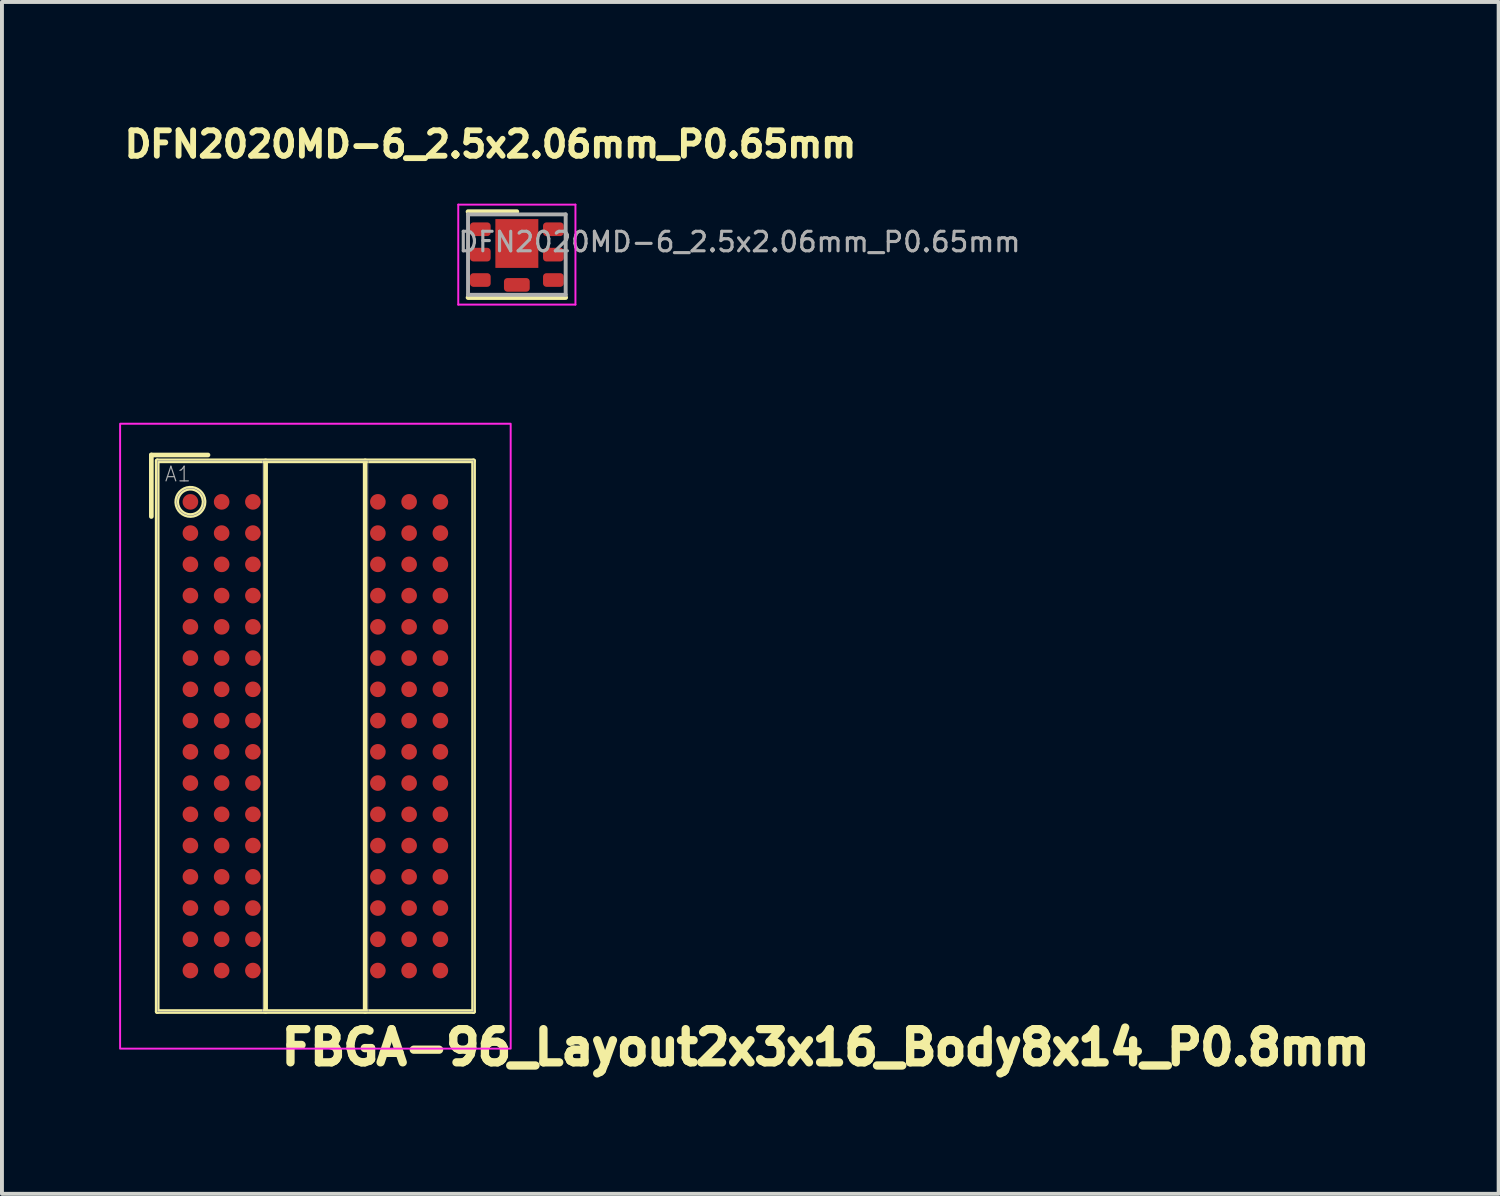
<source format=kicad_pcb>
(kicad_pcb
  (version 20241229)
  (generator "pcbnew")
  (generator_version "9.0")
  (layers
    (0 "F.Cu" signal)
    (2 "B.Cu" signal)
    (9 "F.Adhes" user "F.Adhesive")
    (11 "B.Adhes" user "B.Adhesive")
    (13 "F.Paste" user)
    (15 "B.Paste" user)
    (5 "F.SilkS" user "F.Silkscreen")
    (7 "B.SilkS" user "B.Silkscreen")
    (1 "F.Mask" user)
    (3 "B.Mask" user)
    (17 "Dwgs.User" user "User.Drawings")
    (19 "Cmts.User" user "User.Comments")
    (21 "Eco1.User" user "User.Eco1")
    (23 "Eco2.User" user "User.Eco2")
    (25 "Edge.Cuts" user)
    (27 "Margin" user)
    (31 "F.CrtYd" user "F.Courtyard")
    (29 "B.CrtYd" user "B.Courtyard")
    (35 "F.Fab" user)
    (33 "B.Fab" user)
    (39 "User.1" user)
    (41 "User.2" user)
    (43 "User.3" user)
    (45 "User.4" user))
  (footprint "DFN2020MD-6_2.5x2.06mm_P0.65mm"
    (layer "F.Cu")
    (at 10.183 3.469)
    (property "Reference" "DFN2020MD-6_2.5x2.06mm_P0.65mm" (at -0.675 -2.825 0) (layer "F.SilkS") (effects (font (size 0.65 0.65) (thickness 0.15))))
    (attr smd)
    (fp_line (start -1.25 -1.1) (end 0 -1.1) (stroke (width 0.12) (type solid)) (layer "F.SilkS"))
    (fp_line (start -1.25 1.1) (end 1.25 1.1) (stroke (width 0.12) (type solid)) (layer "F.SilkS"))
    (fp_line (start -1.5 -1.28) (end -1.5 1.28) (stroke (width 0.05) (type solid)) (layer "F.CrtYd"))
    (fp_line (start -1.5 1.28) (end 1.5 1.28) (stroke (width 0.05) (type solid)) (layer "F.CrtYd"))
    (fp_line (start 1.5 -1.28) (end -1.5 -1.28) (stroke (width 0.05) (type solid)) (layer "F.CrtYd"))
    (fp_line (start 1.5 1.28) (end 1.5 -1.28) (stroke (width 0.05) (type solid)) (layer "F.CrtYd"))
    (fp_line (start -1.25 -1.03) (end 1.25 -1.03) (stroke (width 0.1) (type solid)) (layer "F.Fab"))
    (fp_line (start -1.25 1.03) (end -1.25 -1.03) (stroke (width 0.1) (type solid)) (layer "F.Fab"))
    (fp_line (start 1.25 -1.03) (end 1.25 1.03) (stroke (width 0.1) (type solid)) (layer "F.Fab"))
    (fp_line (start 1.25 1.03) (end -1.25 1.03) (stroke (width 0.1) (type solid)) (layer "F.Fab"))
    (fp_text user "${REFERENCE}" (at 5.7 -0.325 0) (layer "F.Fab") (effects (font (size 0.5 0.5) (thickness 0.08))))
    (pad "" smd roundrect (at -0.935 -0.65 180) (size 0.43 0.25) (layers "F.Paste") (roundrect_rratio 0.25))
    (pad "" smd roundrect (at -0.935 0 180) (size 0.43 0.25) (layers "F.Paste") (roundrect_rratio 0.25))
    (pad "" smd roundrect (at -0.935 0.65 180) (size 0.43 0.25) (layers "F.Paste") (roundrect_rratio 0.25))
    (pad "" smd roundrect (at 0 -0.285 180) (size 0.9 1.05) (layers "F.Paste") (roundrect_rratio 0.25))
    (pad "" smd roundrect (at 0 0.775 180) (size 0.56 0.25) (layers "F.Paste") (roundrect_rratio 0.25))
    (pad "" smd roundrect (at 0.935 -0.65 180) (size 0.43 0.25) (layers "F.Paste") (roundrect_rratio 0.25))
    (pad "" smd roundrect (at 0.935 0 180) (size 0.43 0.25) (layers "F.Paste") (roundrect_rratio 0.25))
    (pad "" smd roundrect (at 0.935 0.65 180) (size 0.43 0.25) (layers "F.Paste") (roundrect_rratio 0.25))
    (pad "1" smd roundrect (at -0.935 -0.65 180) (size 0.53 0.35) (layers "F.Cu" "F.Mask") (roundrect_rratio 0.25))
    (pad "2" smd roundrect (at -0.935 0 180) (size 0.53 0.35) (layers "F.Cu" "F.Mask") (roundrect_rratio 0.25))
    (pad "3" smd roundrect (at -0.935 0.65 180) (size 0.53 0.35) (layers "F.Cu" "F.Mask") (roundrect_rratio 0.25))
    (pad "4" smd roundrect (at 0.935 0.65 180) (size 0.53 0.35) (layers "F.Cu" "F.Mask") (roundrect_rratio 0.25))
    (pad "5" smd roundrect (at 0.935 0 180) (size 0.53 0.35) (layers "F.Cu" "F.Mask") (roundrect_rratio 0.25))
    (pad "6" smd roundrect (at 0.935 -0.65 180) (size 0.53 0.35) (layers "F.Cu" "F.Mask") (roundrect_rratio 0.25))
    (pad "7" smd rect (at 0 -0.285 180) (size 1.1 1.25) (layers "F.Cu" "F.Mask"))
    (pad "8" smd roundrect (at 0 0.775 180) (size 0.66 0.35) (layers "F.Cu" "F.Mask") (roundrect_rratio 0.25)))
  (footprint "FBGA-96_Layout2x3x16_Body8x14_P0.8mm"
    (layer "F.Cu")
    (at 5.025 15.799)
    (property "Reference" "FBGA-96_Layout2x3x16_Body8x14_P0.8mm" (at -0.98 8.465 0) (unlocked yes) (layer "F.SilkS") (effects (font (size 0.85 0.85) (thickness 0.254)) (justify left bottom)))
    (attr smd)
    (fp_line (start -4.2 -7.2) (end -2.75 -7.2) (stroke (width 0.12) (type solid)) (layer "F.SilkS"))
    (fp_line (start -4.2 -5.625) (end -4.2 -7.2) (stroke (width 0.12) (type solid)) (layer "F.SilkS"))
    (fp_line (start -4.05 -7.05) (end 4.05 -7.05) (stroke (width 0.12) (type solid)) (layer "F.SilkS"))
    (fp_line (start -4.05 7.05) (end -4.05 -7.05) (stroke (width 0.12) (type solid)) (layer "F.SilkS"))
    (fp_line (start -4.05 7.05) (end 4.05 7.05) (stroke (width 0.12) (type solid)) (layer "F.SilkS"))
    (fp_line (start -1.275 7.05) (end -1.275 -7.05) (stroke (width 0.12) (type solid)) (layer "F.SilkS"))
    (fp_line (start 1.275 7.05) (end 1.275 -7.05) (stroke (width 0.12) (type solid)) (layer "F.SilkS"))
    (fp_line (start 4.05 7.05) (end 4.05 -7.05) (stroke (width 0.12) (type solid)) (layer "F.SilkS"))
    (fp_arc (start -2.850002 -6) (mid -3.549808 -5.988357) (end -2.850777 -6.023281) (stroke (width 0.12) (type solid)) (layer "F.SilkS"))
    (fp_rect (start -5 -8) (end 5 8) (stroke (width 0.05) (type solid)) (fill no) (layer "F.CrtYd"))
    (fp_line (start -4.05 -7.05) (end 4.05 -7.05) (stroke (width 0.01) (type solid)) (layer "B.Fab"))
    (fp_line (start -4.05 7.05) (end -4.05 -7.05) (stroke (width 0.01) (type solid)) (layer "B.Fab"))
    (fp_line (start -4.05 7.05) (end 4.05 7.05) (stroke (width 0.01) (type solid)) (layer "B.Fab"))
    (fp_line (start -1.35 7.05) (end -1.35 -7.05) (stroke (width 0.01) (type solid)) (layer "B.Fab"))
    (fp_line (start 1.35 7.05) (end 1.35 -7.05) (stroke (width 0.01) (type solid)) (layer "B.Fab"))
    (fp_line (start 4.05 7.05) (end 4.05 -7.05) (stroke (width 0.01) (type solid)) (layer "B.Fab"))
    (fp_circle (center -3.2 -6) (end -3.2 -6.35) (stroke (width 0.01) (type solid)) (fill no) (layer "B.Fab"))
    (fp_text user "A1" (at -3.88 -6.49 0) (unlocked yes) (layer "F.Fab") (effects (font (size 0.375 0.375) (thickness 0.03)) (justify left bottom)))
    (pad "A1" smd circle (at -3.2 -6) (size 0.4 0.4) (layers "F.Cu" "F.Mask" "F.Paste"))
    (pad "A2" smd circle (at -2.4 -6) (size 0.4 0.4) (layers "F.Cu" "F.Mask" "F.Paste"))
    (pad "A3" smd circle (at -1.6 -6) (size 0.4 0.4) (layers "F.Cu" "F.Mask" "F.Paste"))
    (pad "A7" smd circle (at 1.6 -6) (size 0.4 0.4) (layers "F.Cu" "F.Mask" "F.Paste"))
    (pad "A8" smd circle (at 2.4 -6) (size 0.4 0.4) (layers "F.Cu" "F.Mask" "F.Paste"))
    (pad "A9" smd circle (at 3.2 -6) (size 0.4 0.4) (layers "F.Cu" "F.Mask" "F.Paste"))
    (pad "B1" smd circle (at -3.2 -5.2) (size 0.4 0.4) (layers "F.Cu" "F.Mask" "F.Paste"))
    (pad "B2" smd circle (at -2.4 -5.2) (size 0.4 0.4) (layers "F.Cu" "F.Mask" "F.Paste"))
    (pad "B3" smd circle (at -1.6 -5.2) (size 0.4 0.4) (layers "F.Cu" "F.Mask" "F.Paste"))
    (pad "B7" smd circle (at 1.6 -5.2) (size 0.4 0.4) (layers "F.Cu" "F.Mask" "F.Paste"))
    (pad "B8" smd circle (at 2.4 -5.2) (size 0.4 0.4) (layers "F.Cu" "F.Mask" "F.Paste"))
    (pad "B9" smd circle (at 3.2 -5.2) (size 0.4 0.4) (layers "F.Cu" "F.Mask" "F.Paste"))
    (pad "C1" smd circle (at -3.2 -4.4) (size 0.4 0.4) (layers "F.Cu" "F.Mask" "F.Paste"))
    (pad "C2" smd circle (at -2.4 -4.4) (size 0.4 0.4) (layers "F.Cu" "F.Mask" "F.Paste"))
    (pad "C3" smd circle (at -1.6 -4.4) (size 0.4 0.4) (layers "F.Cu" "F.Mask" "F.Paste"))
    (pad "C7" smd circle (at 1.6 -4.4) (size 0.4 0.4) (layers "F.Cu" "F.Mask" "F.Paste"))
    (pad "C8" smd circle (at 2.4 -4.4) (size 0.4 0.4) (layers "F.Cu" "F.Mask" "F.Paste"))
    (pad "C9" smd circle (at 3.2 -4.4) (size 0.4 0.4) (layers "F.Cu" "F.Mask" "F.Paste"))
    (pad "D1" smd circle (at -3.2 -3.6) (size 0.4 0.4) (layers "F.Cu" "F.Mask" "F.Paste"))
    (pad "D2" smd circle (at -2.4 -3.6) (size 0.4 0.4) (layers "F.Cu" "F.Mask" "F.Paste"))
    (pad "D3" smd circle (at -1.6 -3.6) (size 0.4 0.4) (layers "F.Cu" "F.Mask" "F.Paste"))
    (pad "D7" smd circle (at 1.6 -3.6) (size 0.4 0.4) (layers "F.Cu" "F.Mask" "F.Paste"))
    (pad "D8" smd circle (at 2.4 -3.6) (size 0.4 0.4) (layers "F.Cu" "F.Mask" "F.Paste"))
    (pad "D9" smd circle (at 3.2 -3.6) (size 0.4 0.4) (layers "F.Cu" "F.Mask" "F.Paste"))
    (pad "E1" smd circle (at -3.2 -2.8) (size 0.4 0.4) (layers "F.Cu" "F.Mask" "F.Paste"))
    (pad "E2" smd circle (at -2.4 -2.8) (size 0.4 0.4) (layers "F.Cu" "F.Mask" "F.Paste"))
    (pad "E3" smd circle (at -1.6 -2.8) (size 0.4 0.4) (layers "F.Cu" "F.Mask" "F.Paste"))
    (pad "E7" smd circle (at 1.6 -2.8) (size 0.4 0.4) (layers "F.Cu" "F.Mask" "F.Paste"))
    (pad "E8" smd circle (at 2.4 -2.8) (size 0.4 0.4) (layers "F.Cu" "F.Mask" "F.Paste"))
    (pad "E9" smd circle (at 3.2 -2.8) (size 0.4 0.4) (layers "F.Cu" "F.Mask" "F.Paste"))
    (pad "F1" smd circle (at -3.2 -2) (size 0.4 0.4) (layers "F.Cu" "F.Mask" "F.Paste"))
    (pad "F2" smd circle (at -2.4 -2) (size 0.4 0.4) (layers "F.Cu" "F.Mask" "F.Paste"))
    (pad "F3" smd circle (at -1.6 -2) (size 0.4 0.4) (layers "F.Cu" "F.Mask" "F.Paste"))
    (pad "F7" smd circle (at 1.6 -2) (size 0.4 0.4) (layers "F.Cu" "F.Mask" "F.Paste"))
    (pad "F8" smd circle (at 2.4 -2) (size 0.4 0.4) (layers "F.Cu" "F.Mask" "F.Paste"))
    (pad "F9" smd circle (at 3.2 -2) (size 0.4 0.4) (layers "F.Cu" "F.Mask" "F.Paste"))
    (pad "G1" smd circle (at -3.2 -1.2) (size 0.4 0.4) (layers "F.Cu" "F.Mask" "F.Paste"))
    (pad "G2" smd circle (at -2.4 -1.2) (size 0.4 0.4) (layers "F.Cu" "F.Mask" "F.Paste"))
    (pad "G3" smd circle (at -1.6 -1.2) (size 0.4 0.4) (layers "F.Cu" "F.Mask" "F.Paste"))
    (pad "G7" smd circle (at 1.6 -1.2) (size 0.4 0.4) (layers "F.Cu" "F.Mask" "F.Paste"))
    (pad "G8" smd circle (at 2.4 -1.2) (size 0.4 0.4) (layers "F.Cu" "F.Mask" "F.Paste"))
    (pad "G9" smd circle (at 3.2 -1.2) (size 0.4 0.4) (layers "F.Cu" "F.Mask" "F.Paste"))
    (pad "H1" smd circle (at -3.2 -0.4) (size 0.4 0.4) (layers "F.Cu" "F.Mask" "F.Paste"))
    (pad "H2" smd circle (at -2.4 -0.4) (size 0.4 0.4) (layers "F.Cu" "F.Mask" "F.Paste"))
    (pad "H3" smd circle (at -1.6 -0.4) (size 0.4 0.4) (layers "F.Cu" "F.Mask" "F.Paste"))
    (pad "H7" smd circle (at 1.6 -0.4) (size 0.4 0.4) (layers "F.Cu" "F.Mask" "F.Paste"))
    (pad "H8" smd circle (at 2.4 -0.4) (size 0.4 0.4) (layers "F.Cu" "F.Mask" "F.Paste"))
    (pad "H9" smd circle (at 3.2 -0.4) (size 0.4 0.4) (layers "F.Cu" "F.Mask" "F.Paste"))
    (pad "J1" smd circle (at -3.2 0.4) (size 0.4 0.4) (layers "F.Cu" "F.Mask" "F.Paste"))
    (pad "J2" smd circle (at -2.4 0.4) (size 0.4 0.4) (layers "F.Cu" "F.Mask" "F.Paste"))
    (pad "J3" smd circle (at -1.6 0.4) (size 0.4 0.4) (layers "F.Cu" "F.Mask" "F.Paste"))
    (pad "J7" smd circle (at 1.6 0.4) (size 0.4 0.4) (layers "F.Cu" "F.Mask" "F.Paste"))
    (pad "J8" smd circle (at 2.4 0.4) (size 0.4 0.4) (layers "F.Cu" "F.Mask" "F.Paste"))
    (pad "J9" smd circle (at 3.2 0.4) (size 0.4 0.4) (layers "F.Cu" "F.Mask" "F.Paste"))
    (pad "K1" smd circle (at -3.2 1.2) (size 0.4 0.4) (layers "F.Cu" "F.Mask" "F.Paste"))
    (pad "K2" smd circle (at -2.4 1.2) (size 0.4 0.4) (layers "F.Cu" "F.Mask" "F.Paste"))
    (pad "K3" smd circle (at -1.6 1.2) (size 0.4 0.4) (layers "F.Cu" "F.Mask" "F.Paste"))
    (pad "K7" smd circle (at 1.6 1.2) (size 0.4 0.4) (layers "F.Cu" "F.Mask" "F.Paste"))
    (pad "K8" smd circle (at 2.4 1.2) (size 0.4 0.4) (layers "F.Cu" "F.Mask" "F.Paste"))
    (pad "K9" smd circle (at 3.2 1.2) (size 0.4 0.4) (layers "F.Cu" "F.Mask" "F.Paste"))
    (pad "L1" smd circle (at -3.2 2) (size 0.4 0.4) (layers "F.Cu" "F.Mask" "F.Paste"))
    (pad "L2" smd circle (at -2.4 2) (size 0.4 0.4) (layers "F.Cu" "F.Mask" "F.Paste"))
    (pad "L3" smd circle (at -1.6 2) (size 0.4 0.4) (layers "F.Cu" "F.Mask" "F.Paste"))
    (pad "L7" smd circle (at 1.6 2) (size 0.4 0.4) (layers "F.Cu" "F.Mask" "F.Paste"))
    (pad "L8" smd circle (at 2.4 2) (size 0.4 0.4) (layers "F.Cu" "F.Mask" "F.Paste"))
    (pad "L9" smd circle (at 3.2 2) (size 0.4 0.4) (layers "F.Cu" "F.Mask" "F.Paste"))
    (pad "M1" smd circle (at -3.2 2.8) (size 0.4 0.4) (layers "F.Cu" "F.Mask" "F.Paste"))
    (pad "M2" smd circle (at -2.4 2.8) (size 0.4 0.4) (layers "F.Cu" "F.Mask" "F.Paste"))
    (pad "M3" smd circle (at -1.6 2.8) (size 0.4 0.4) (layers "F.Cu" "F.Mask" "F.Paste"))
    (pad "M7" smd circle (at 1.6 2.8) (size 0.4 0.4) (layers "F.Cu" "F.Mask" "F.Paste"))
    (pad "M8" smd circle (at 2.4 2.8) (size 0.4 0.4) (layers "F.Cu" "F.Mask" "F.Paste"))
    (pad "M9" smd circle (at 3.2 2.8) (size 0.4 0.4) (layers "F.Cu" "F.Mask" "F.Paste"))
    (pad "N1" smd circle (at -3.2 3.6) (size 0.4 0.4) (layers "F.Cu" "F.Mask" "F.Paste"))
    (pad "N2" smd circle (at -2.4 3.6) (size 0.4 0.4) (layers "F.Cu" "F.Mask" "F.Paste"))
    (pad "N3" smd circle (at -1.6 3.6) (size 0.4 0.4) (layers "F.Cu" "F.Mask" "F.Paste"))
    (pad "N7" smd circle (at 1.6 3.6) (size 0.4 0.4) (layers "F.Cu" "F.Mask" "F.Paste"))
    (pad "N8" smd circle (at 2.4 3.6) (size 0.4 0.4) (layers "F.Cu" "F.Mask" "F.Paste"))
    (pad "N9" smd circle (at 3.2 3.6) (size 0.4 0.4) (layers "F.Cu" "F.Mask" "F.Paste"))
    (pad "P1" smd circle (at -3.2 4.4) (size 0.4 0.4) (layers "F.Cu" "F.Mask" "F.Paste"))
    (pad "P2" smd circle (at -2.4 4.4) (size 0.4 0.4) (layers "F.Cu" "F.Mask" "F.Paste"))
    (pad "P3" smd circle (at -1.6 4.4) (size 0.4 0.4) (layers "F.Cu" "F.Mask" "F.Paste"))
    (pad "P7" smd circle (at 1.6 4.4) (size 0.4 0.4) (layers "F.Cu" "F.Mask" "F.Paste"))
    (pad "P8" smd circle (at 2.4 4.4) (size 0.4 0.4) (layers "F.Cu" "F.Mask" "F.Paste"))
    (pad "P9" smd circle (at 3.2 4.4) (size 0.4 0.4) (layers "F.Cu" "F.Mask" "F.Paste"))
    (pad "R1" smd circle (at -3.2 5.2) (size 0.4 0.4) (layers "F.Cu" "F.Mask" "F.Paste"))
    (pad "R2" smd circle (at -2.4 5.2) (size 0.4 0.4) (layers "F.Cu" "F.Mask" "F.Paste"))
    (pad "R3" smd circle (at -1.6 5.2) (size 0.4 0.4) (layers "F.Cu" "F.Mask" "F.Paste"))
    (pad "R7" smd circle (at 1.6 5.2) (size 0.4 0.4) (layers "F.Cu" "F.Mask" "F.Paste"))
    (pad "R8" smd circle (at 2.4 5.2) (size 0.4 0.4) (layers "F.Cu" "F.Mask" "F.Paste"))
    (pad "R9" smd circle (at 3.2 5.2) (size 0.4 0.4) (layers "F.Cu" "F.Mask" "F.Paste"))
    (pad "T1" smd circle (at -3.2 6) (size 0.4 0.4) (layers "F.Cu" "F.Mask" "F.Paste"))
    (pad "T2" smd circle (at -2.4 6) (size 0.4 0.4) (layers "F.Cu" "F.Mask" "F.Paste"))
    (pad "T3" smd circle (at -1.6 6) (size 0.4 0.4) (layers "F.Cu" "F.Mask" "F.Paste"))
    (pad "T7" smd circle (at 1.6 6) (size 0.4 0.4) (layers "F.Cu" "F.Mask" "F.Paste"))
    (pad "T8" smd circle (at 2.4 6) (size 0.4 0.4) (layers "F.Cu" "F.Mask" "F.Paste"))
    (pad "T9" smd circle (at 3.2 6) (size 0.4 0.4) (layers "F.Cu" "F.Mask" "F.Paste")))
  (gr_rect
    (start -3 -3)
    (end 35.32 27.516)
    (stroke (width 0.1) (type default))
    (fill no)
    (layer "Edge.Cuts")))
</source>
